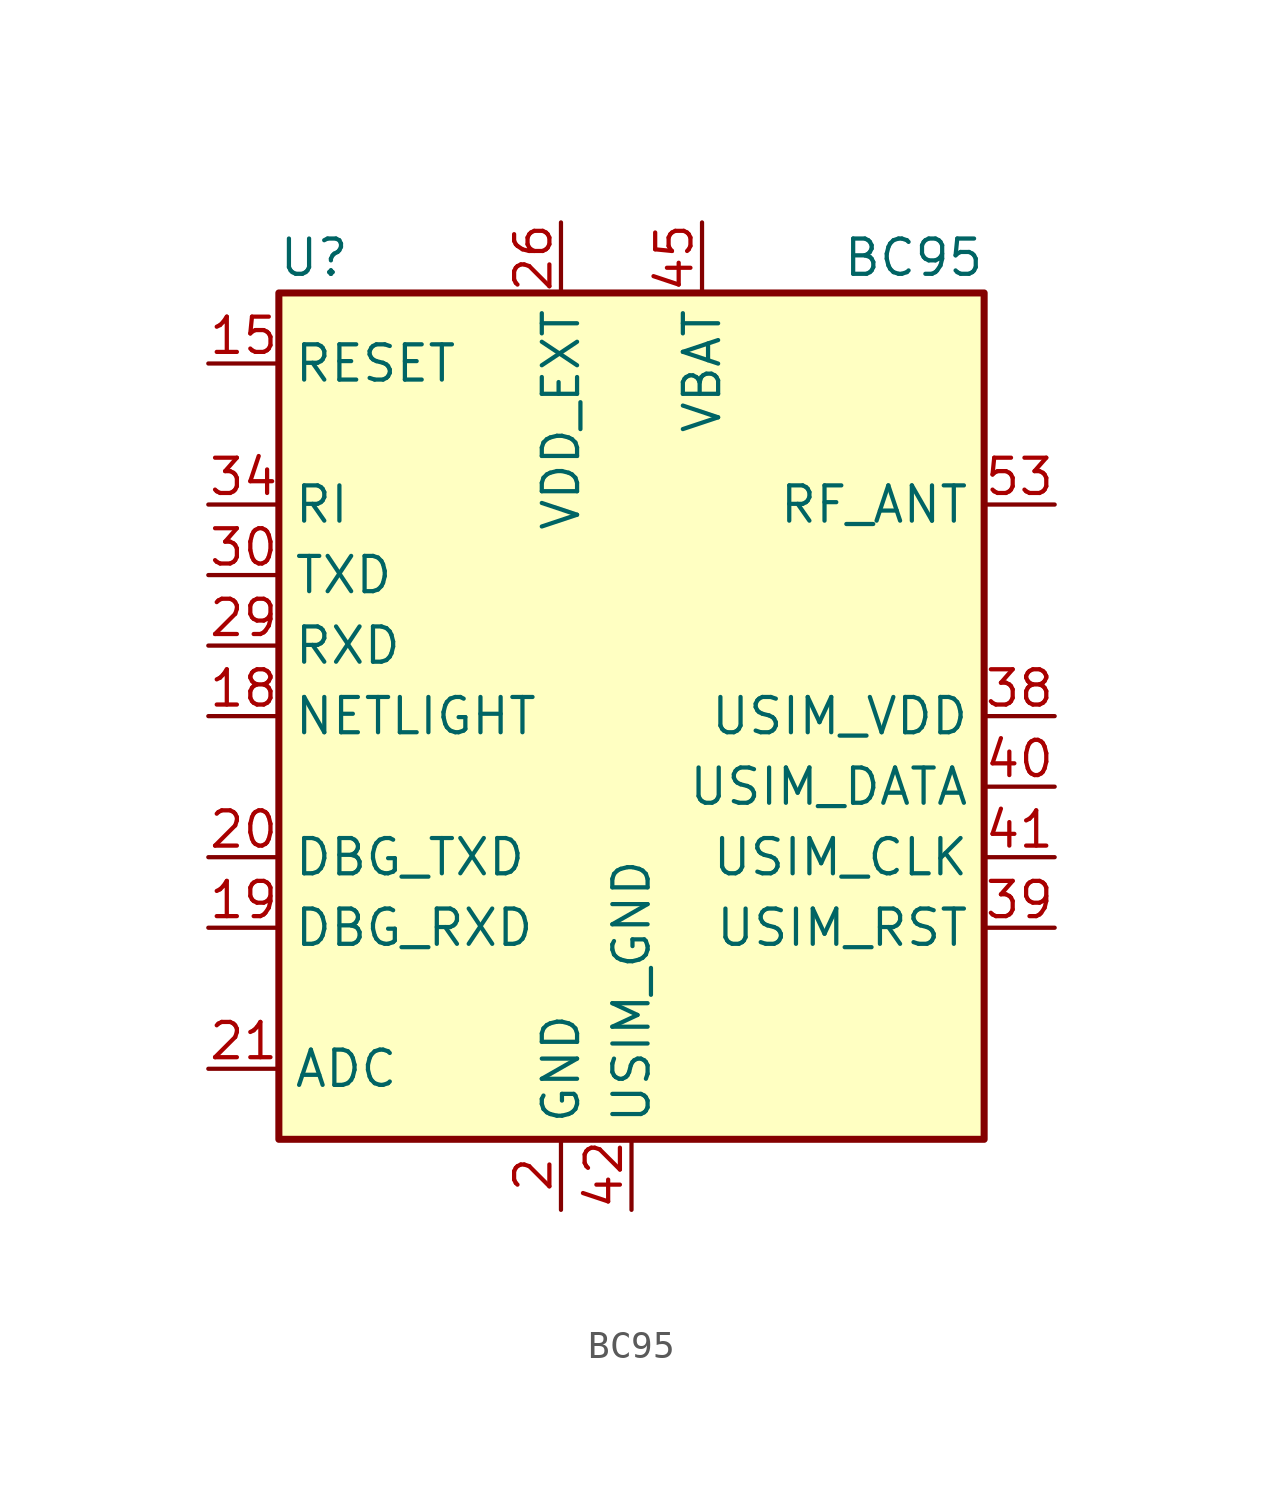
<source format=kicad_sym>
(kicad_symbol_lib
  (version 20211014)
  (generator kicad_symbol_editor)
  (symbol "BC95"
    (property "Reference" "U"
      (at -11.43 16.51 0)
      (effects (font (size 1.27 1.27))))
    (property "Value" "BC95"
      (at 10.16 16.51 0)
      (effects (font (size 1.27 1.27))))
    (symbol "BC95_0_1"
      (rectangle (start -12.7 15.24) (end 12.7 -15.24) (stroke (width 0.254) (type default) (color 0 0 0 0)) (fill (type background))))
    (symbol "BC95_1_1"
      (pin input line (at -15.24 12.7 0) (length 2.54) (name "RESET" (effects (font (size 1.27 1.27)))) (number "15" (effects (font (size 1.27 1.27)))))
      (pin output line (at -15.24 0 0) (length 2.54) (name "NETLIGHT" (effects (font (size 1.27 1.27)))) (number "18" (effects (font (size 1.27 1.27)))))
      (pin input line (at -15.24 -7.62 0) (length 2.54) (name "DBG_RXD" (effects (font (size 1.27 1.27)))) (number "19" (effects (font (size 1.27 1.27)))))
      (pin power_in line (at -2.54 -17.78 90) (length 2.54) (name "GND" (effects (font (size 1.27 1.27)))) (number "2" (effects (font (size 1.27 1.27)))))
      (pin output line (at -15.24 -5.08 0) (length 2.54) (name "DBG_TXD" (effects (font (size 1.27 1.27)))) (number "20" (effects (font (size 1.27 1.27)))))
      (pin input line (at -15.24 -12.7 0) (length 2.54) (name "ADC" (effects (font (size 1.27 1.27)))) (number "21" (effects (font (size 1.27 1.27)))))
      (pin power_out line (at -2.54 17.78 270) (length 2.54) (name "VDD_EXT" (effects (font (size 1.27 1.27)))) (number "26" (effects (font (size 1.27 1.27)))))
      (pin input line (at -15.24 2.54 0) (length 2.54) (name "RXD" (effects (font (size 1.27 1.27)))) (number "29" (effects (font (size 1.27 1.27)))))
      (pin output line (at -15.24 5.08 0) (length 2.54) (name "TXD" (effects (font (size 1.27 1.27)))) (number "30" (effects (font (size 1.27 1.27)))))
      (pin output line (at -15.24 7.62 0) (length 2.54) (name "RI" (effects (font (size 1.27 1.27)))) (number "34" (effects (font (size 1.27 1.27)))))
      (pin power_out line (at 15.24 0 180) (length 2.54) (name "USIM_VDD" (effects (font (size 1.27 1.27)))) (number "38" (effects (font (size 1.27 1.27)))))
      (pin output line (at 15.24 -7.62 180) (length 2.54) (name "USIM_RST" (effects (font (size 1.27 1.27)))) (number "39" (effects (font (size 1.27 1.27)))))
      (pin bidirectional line (at 15.24 -2.54 180) (length 2.54) (name "USIM_DATA" (effects (font (size 1.27 1.27)))) (number "40" (effects (font (size 1.27 1.27)))))
      (pin output line (at 15.24 -5.08 180) (length 2.54) (name "USIM_CLK" (effects (font (size 1.27 1.27)))) (number "41" (effects (font (size 1.27 1.27)))))
      (pin power_in line (at 0 -17.78 90) (length 2.54) (name "USIM_GND" (effects (font (size 1.27 1.27)))) (number "42" (effects (font (size 1.27 1.27)))))
      (pin passive line (at -2.54 -17.78 90) (length 2.54) hide (name "GND" (effects (font (size 1.27 1.27)))) (number "43" (effects (font (size 1.27 1.27)))))
      (pin power_in line (at 2.54 17.78 270) (length 2.54) (name "VBAT" (effects (font (size 1.27 1.27)))) (number "45" (effects (font (size 1.27 1.27)))))
      (pin passive line (at 2.54 17.78 270) (length 2.54) hide (name "VBAT" (effects (font (size 1.27 1.27)))) (number "46" (effects (font (size 1.27 1.27)))))
      (pin passive line (at -2.54 -17.78 90) (length 2.54) hide (name "GND" (effects (font (size 1.27 1.27)))) (number "47" (effects (font (size 1.27 1.27)))))
      (pin passive line (at -2.54 -17.78 90) (length 2.54) hide (name "GND" (effects (font (size 1.27 1.27)))) (number "48" (effects (font (size 1.27 1.27)))))
      (pin passive line (at -2.54 -17.78 90) (length 2.54) hide (name "GND" (effects (font (size 1.27 1.27)))) (number "51" (effects (font (size 1.27 1.27)))))
      (pin passive line (at -2.54 -17.78 90) (length 2.54) hide (name "GND" (effects (font (size 1.27 1.27)))) (number "52" (effects (font (size 1.27 1.27)))))
      (pin passive line (at 15.24 7.62 180) (length 2.54) (name "RF_ANT" (effects (font (size 1.27 1.27)))) (number "53" (effects (font (size 1.27 1.27)))))
      (pin passive line (at -2.54 -17.78 90) (length 2.54) hide (name "GND" (effects (font (size 1.27 1.27)))) (number "54" (effects (font (size 1.27 1.27)))))
      (pin passive line (at -2.54 -17.78 90) (length 2.54) hide (name "GND" (effects (font (size 1.27 1.27)))) (number "59" (effects (font (size 1.27 1.27)))))
      (pin passive line (at -2.54 -17.78 90) (length 2.54) hide (name "GND" (effects (font (size 1.27 1.27)))) (number "60" (effects (font (size 1.27 1.27)))))
      (pin passive line (at -2.54 -17.78 90) (length 2.54) hide (name "GND" (effects (font (size 1.27 1.27)))) (number "61" (effects (font (size 1.27 1.27)))))
      (pin passive line (at -2.54 -17.78 90) (length 2.54) hide (name "GND" (effects (font (size 1.27 1.27)))) (number "62" (effects (font (size 1.27 1.27)))))
      (pin passive line (at -2.54 -17.78 90) (length 2.54) hide (name "GND" (effects (font (size 1.27 1.27)))) (number "63" (effects (font (size 1.27 1.27)))))
      (pin passive line (at -2.54 -17.78 90) (length 2.54) hide (name "GND" (effects (font (size 1.27 1.27)))) (number "64" (effects (font (size 1.27 1.27)))))
      (pin passive line (at -2.54 -17.78 90) (length 2.54) hide (name "GND" (effects (font (size 1.27 1.27)))) (number "65" (effects (font (size 1.27 1.27)))))
      (pin passive line (at -2.54 -17.78 90) (length 2.54) hide (name "GND" (effects (font (size 1.27 1.27)))) (number "66" (effects (font (size 1.27 1.27)))))
      (pin passive line (at -2.54 -17.78 90) (length 2.54) hide (name "GND" (effects (font (size 1.27 1.27)))) (number "71" (effects (font (size 1.27 1.27)))))
      (pin passive line (at -2.54 -17.78 90) (length 2.54) hide (name "GND" (effects (font (size 1.27 1.27)))) (number "72" (effects (font (size 1.27 1.27)))))
      (pin passive line (at -2.54 -17.78 90) (length 2.54) hide (name "GND" (effects (font (size 1.27 1.27)))) (number "73" (effects (font (size 1.27 1.27)))))
      (pin passive line (at -2.54 -17.78 90) (length 2.54) hide (name "GND" (effects (font (size 1.27 1.27)))) (number "74" (effects (font (size 1.27 1.27)))))
      (pin passive line (at -2.54 -17.78 90) (length 2.54) hide (name "GND" (effects (font (size 1.27 1.27)))) (number "81" (effects (font (size 1.27 1.27)))))
      (pin passive line (at -2.54 -17.78 90) (length 2.54) hide (name "GND" (effects (font (size 1.27 1.27)))) (number "82" (effects (font (size 1.27 1.27)))))
      (pin passive line (at -2.54 -17.78 90) (length 2.54) hide (name "GND" (effects (font (size 1.27 1.27)))) (number "83" (effects (font (size 1.27 1.27)))))
      (pin passive line (at -2.54 -17.78 90) (length 2.54) hide (name "GND" (effects (font (size 1.27 1.27)))) (number "92" (effects (font (size 1.27 1.27)))))
      (pin passive line (at -2.54 -17.78 90) (length 2.54) hide (name "GND" (effects (font (size 1.27 1.27)))) (number "93" (effects (font (size 1.27 1.27)))))
      (pin passive line (at -2.54 -17.78 90) (length 2.54) hide (name "GND" (effects (font (size 1.27 1.27)))) (number "94" (effects (font (size 1.27 1.27))))))))
</source>
